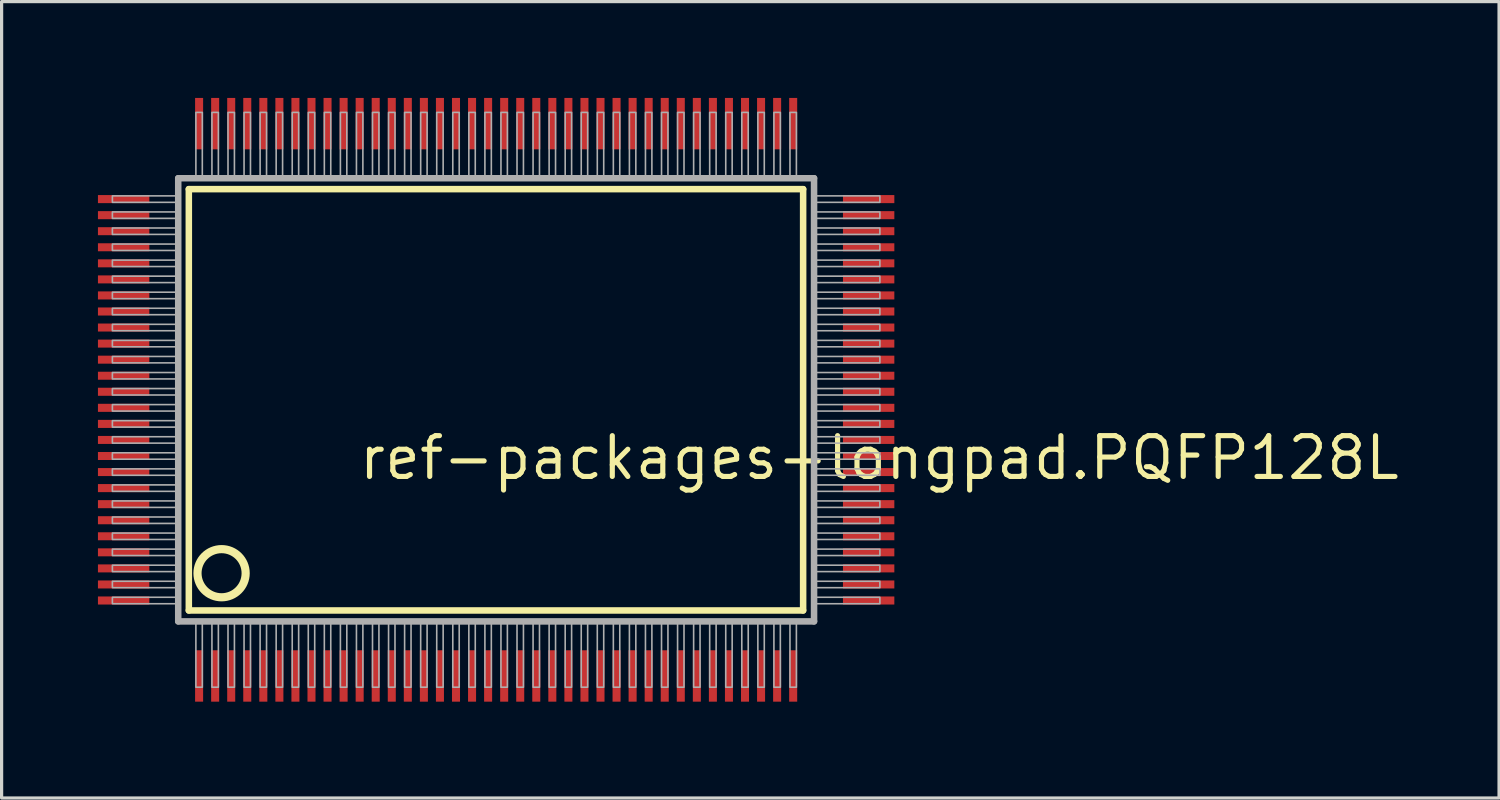
<source format=kicad_pcb>
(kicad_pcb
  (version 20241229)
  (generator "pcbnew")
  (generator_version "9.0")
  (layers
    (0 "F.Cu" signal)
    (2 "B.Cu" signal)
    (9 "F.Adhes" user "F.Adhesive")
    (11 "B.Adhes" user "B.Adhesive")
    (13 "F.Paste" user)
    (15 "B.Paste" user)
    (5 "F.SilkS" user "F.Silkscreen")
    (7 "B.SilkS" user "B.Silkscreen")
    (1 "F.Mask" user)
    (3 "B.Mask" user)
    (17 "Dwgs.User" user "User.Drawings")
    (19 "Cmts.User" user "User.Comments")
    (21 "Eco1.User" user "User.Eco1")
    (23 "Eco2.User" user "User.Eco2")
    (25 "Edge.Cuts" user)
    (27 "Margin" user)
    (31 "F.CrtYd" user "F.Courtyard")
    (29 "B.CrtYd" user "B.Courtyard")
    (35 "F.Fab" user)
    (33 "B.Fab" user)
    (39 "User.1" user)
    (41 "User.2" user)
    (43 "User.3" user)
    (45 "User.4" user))
  (footprint "ref-packages-longpad.PQFP128L"
    (layer "F.Cu")
    (at 12.4 9.4)
    (property "Reference" "ref-packages-longpad.PQFP128L" (at -4.35 2.55 0) (layer "F.SilkS") (effects (font (size 1.27 1.27) (thickness 0.16)) (justify left bottom)))
    (attr smd)
    (fp_line (start -9.57 -6.56) (end 9.56 -6.56) (stroke (width 0.203) (type default)) (layer "F.SilkS"))
    (fp_line (start -9.57 6.56) (end -9.57 -6.56) (stroke (width 0.203) (type default)) (layer "F.SilkS"))
    (fp_line (start 9.56 -6.56) (end 9.56 6.56) (stroke (width 0.203) (type default)) (layer "F.SilkS"))
    (fp_line (start 9.56 6.56) (end -9.57 6.56) (stroke (width 0.203) (type default)) (layer "F.SilkS"))
    (fp_circle (center -8.55 5.4) (end -7.8 5.4) (stroke (width 0.254) (type default)) (fill no) (layer "F.SilkS"))
    (fp_line (start -9.9 -6.9) (end -9.9 6.9) (stroke (width 0.203) (type default)) (layer "F.Fab"))
    (fp_line (start -9.9 6.9) (end 9.9 6.9) (stroke (width 0.203) (type default)) (layer "F.Fab"))
    (fp_line (start 9.9 -6.9) (end -9.9 -6.9) (stroke (width 0.203) (type default)) (layer "F.Fab"))
    (fp_line (start 9.9 6.9) (end 9.9 -6.9) (stroke (width 0.203) (type default)) (layer "F.Fab"))
    (fp_rect (start -11.95 -6.15) (end -9.95 -6.35) (stroke (width 0.05) (type default)) (fill no) (layer "F.Fab"))
    (fp_rect (start -11.95 -5.65) (end -9.95 -5.85) (stroke (width 0.05) (type default)) (fill no) (layer "F.Fab"))
    (fp_rect (start -11.95 -5.15) (end -9.95 -5.35) (stroke (width 0.05) (type default)) (fill no) (layer "F.Fab"))
    (fp_rect (start -11.95 -4.65) (end -9.95 -4.85) (stroke (width 0.05) (type default)) (fill no) (layer "F.Fab"))
    (fp_rect (start -11.95 -4.15) (end -9.95 -4.35) (stroke (width 0.05) (type default)) (fill no) (layer "F.Fab"))
    (fp_rect (start -11.95 -3.65) (end -9.95 -3.85) (stroke (width 0.05) (type default)) (fill no) (layer "F.Fab"))
    (fp_rect (start -11.95 -3.15) (end -9.95 -3.35) (stroke (width 0.05) (type default)) (fill no) (layer "F.Fab"))
    (fp_rect (start -11.95 -2.65) (end -9.95 -2.85) (stroke (width 0.05) (type default)) (fill no) (layer "F.Fab"))
    (fp_rect (start -11.95 -2.15) (end -9.95 -2.35) (stroke (width 0.05) (type default)) (fill no) (layer "F.Fab"))
    (fp_rect (start -11.95 -1.65) (end -9.95 -1.85) (stroke (width 0.05) (type default)) (fill no) (layer "F.Fab"))
    (fp_rect (start -11.95 -1.15) (end -9.95 -1.35) (stroke (width 0.05) (type default)) (fill no) (layer "F.Fab"))
    (fp_rect (start -11.95 -0.65) (end -9.95 -0.85) (stroke (width 0.05) (type default)) (fill no) (layer "F.Fab"))
    (fp_rect (start -11.95 -0.15) (end -9.95 -0.35) (stroke (width 0.05) (type default)) (fill no) (layer "F.Fab"))
    (fp_rect (start -11.95 0.35) (end -9.95 0.15) (stroke (width 0.05) (type default)) (fill no) (layer "F.Fab"))
    (fp_rect (start -11.95 0.85) (end -9.95 0.65) (stroke (width 0.05) (type default)) (fill no) (layer "F.Fab"))
    (fp_rect (start -11.95 1.35) (end -9.95 1.15) (stroke (width 0.05) (type default)) (fill no) (layer "F.Fab"))
    (fp_rect (start -11.95 1.85) (end -9.95 1.65) (stroke (width 0.05) (type default)) (fill no) (layer "F.Fab"))
    (fp_rect (start -11.95 2.35) (end -9.95 2.15) (stroke (width 0.05) (type default)) (fill no) (layer "F.Fab"))
    (fp_rect (start -11.95 2.85) (end -9.95 2.65) (stroke (width 0.05) (type default)) (fill no) (layer "F.Fab"))
    (fp_rect (start -11.95 3.35) (end -9.95 3.15) (stroke (width 0.05) (type default)) (fill no) (layer "F.Fab"))
    (fp_rect (start -11.95 3.85) (end -9.95 3.65) (stroke (width 0.05) (type default)) (fill no) (layer "F.Fab"))
    (fp_rect (start -11.95 4.35) (end -9.95 4.15) (stroke (width 0.05) (type default)) (fill no) (layer "F.Fab"))
    (fp_rect (start -11.95 4.85) (end -9.95 4.65) (stroke (width 0.05) (type default)) (fill no) (layer "F.Fab"))
    (fp_rect (start -11.95 5.35) (end -9.95 5.15) (stroke (width 0.05) (type default)) (fill no) (layer "F.Fab"))
    (fp_rect (start -11.95 5.85) (end -9.95 5.65) (stroke (width 0.05) (type default)) (fill no) (layer "F.Fab"))
    (fp_rect (start -11.95 6.35) (end -9.95 6.15) (stroke (width 0.05) (type default)) (fill no) (layer "F.Fab"))
    (fp_rect (start -9.35 -6.95) (end -9.15 -8.95) (stroke (width 0.05) (type default)) (fill no) (layer "F.Fab"))
    (fp_rect (start -9.35 8.95) (end -9.15 6.95) (stroke (width 0.05) (type default)) (fill no) (layer "F.Fab"))
    (fp_rect (start -8.85 -6.95) (end -8.65 -8.95) (stroke (width 0.05) (type default)) (fill no) (layer "F.Fab"))
    (fp_rect (start -8.85 8.95) (end -8.65 6.95) (stroke (width 0.05) (type default)) (fill no) (layer "F.Fab"))
    (fp_rect (start -8.35 -6.95) (end -8.15 -8.95) (stroke (width 0.05) (type default)) (fill no) (layer "F.Fab"))
    (fp_rect (start -8.35 8.95) (end -8.15 6.95) (stroke (width 0.05) (type default)) (fill no) (layer "F.Fab"))
    (fp_rect (start -7.85 -6.95) (end -7.65 -8.95) (stroke (width 0.05) (type default)) (fill no) (layer "F.Fab"))
    (fp_rect (start -7.85 8.95) (end -7.65 6.95) (stroke (width 0.05) (type default)) (fill no) (layer "F.Fab"))
    (fp_rect (start -7.35 -6.95) (end -7.15 -8.95) (stroke (width 0.05) (type default)) (fill no) (layer "F.Fab"))
    (fp_rect (start -7.35 8.95) (end -7.15 6.95) (stroke (width 0.05) (type default)) (fill no) (layer "F.Fab"))
    (fp_rect (start -6.85 -6.95) (end -6.65 -8.95) (stroke (width 0.05) (type default)) (fill no) (layer "F.Fab"))
    (fp_rect (start -6.85 8.95) (end -6.65 6.95) (stroke (width 0.05) (type default)) (fill no) (layer "F.Fab"))
    (fp_rect (start -6.35 -6.95) (end -6.15 -8.95) (stroke (width 0.05) (type default)) (fill no) (layer "F.Fab"))
    (fp_rect (start -6.35 8.95) (end -6.15 6.95) (stroke (width 0.05) (type default)) (fill no) (layer "F.Fab"))
    (fp_rect (start -5.85 -6.95) (end -5.65 -8.95) (stroke (width 0.05) (type default)) (fill no) (layer "F.Fab"))
    (fp_rect (start -5.85 8.95) (end -5.65 6.95) (stroke (width 0.05) (type default)) (fill no) (layer "F.Fab"))
    (fp_rect (start -5.35 -6.95) (end -5.15 -8.95) (stroke (width 0.05) (type default)) (fill no) (layer "F.Fab"))
    (fp_rect (start -5.35 8.95) (end -5.15 6.95) (stroke (width 0.05) (type default)) (fill no) (layer "F.Fab"))
    (fp_rect (start -4.85 -6.95) (end -4.65 -8.95) (stroke (width 0.05) (type default)) (fill no) (layer "F.Fab"))
    (fp_rect (start -4.85 8.95) (end -4.65 6.95) (stroke (width 0.05) (type default)) (fill no) (layer "F.Fab"))
    (fp_rect (start -4.35 -6.95) (end -4.15 -8.95) (stroke (width 0.05) (type default)) (fill no) (layer "F.Fab"))
    (fp_rect (start -4.35 8.95) (end -4.15 6.95) (stroke (width 0.05) (type default)) (fill no) (layer "F.Fab"))
    (fp_rect (start -3.85 -6.95) (end -3.65 -8.95) (stroke (width 0.05) (type default)) (fill no) (layer "F.Fab"))
    (fp_rect (start -3.85 8.95) (end -3.65 6.95) (stroke (width 0.05) (type default)) (fill no) (layer "F.Fab"))
    (fp_rect (start -3.35 -6.95) (end -3.15 -8.95) (stroke (width 0.05) (type default)) (fill no) (layer "F.Fab"))
    (fp_rect (start -3.35 8.95) (end -3.15 6.95) (stroke (width 0.05) (type default)) (fill no) (layer "F.Fab"))
    (fp_rect (start -2.85 -6.95) (end -2.65 -8.95) (stroke (width 0.05) (type default)) (fill no) (layer "F.Fab"))
    (fp_rect (start -2.85 8.95) (end -2.65 6.95) (stroke (width 0.05) (type default)) (fill no) (layer "F.Fab"))
    (fp_rect (start -2.35 -6.95) (end -2.15 -8.95) (stroke (width 0.05) (type default)) (fill no) (layer "F.Fab"))
    (fp_rect (start -2.35 8.95) (end -2.15 6.95) (stroke (width 0.05) (type default)) (fill no) (layer "F.Fab"))
    (fp_rect (start -1.85 -6.95) (end -1.65 -8.95) (stroke (width 0.05) (type default)) (fill no) (layer "F.Fab"))
    (fp_rect (start -1.85 8.95) (end -1.65 6.95) (stroke (width 0.05) (type default)) (fill no) (layer "F.Fab"))
    (fp_rect (start -1.35 -6.95) (end -1.15 -8.95) (stroke (width 0.05) (type default)) (fill no) (layer "F.Fab"))
    (fp_rect (start -1.35 8.95) (end -1.15 6.95) (stroke (width 0.05) (type default)) (fill no) (layer "F.Fab"))
    (fp_rect (start -0.85 -6.95) (end -0.65 -8.95) (stroke (width 0.05) (type default)) (fill no) (layer "F.Fab"))
    (fp_rect (start -0.85 8.95) (end -0.65 6.95) (stroke (width 0.05) (type default)) (fill no) (layer "F.Fab"))
    (fp_rect (start -0.35 -6.95) (end -0.15 -8.95) (stroke (width 0.05) (type default)) (fill no) (layer "F.Fab"))
    (fp_rect (start -0.35 8.95) (end -0.15 6.95) (stroke (width 0.05) (type default)) (fill no) (layer "F.Fab"))
    (fp_rect (start 0.15 -6.95) (end 0.35 -8.95) (stroke (width 0.05) (type default)) (fill no) (layer "F.Fab"))
    (fp_rect (start 0.15 8.95) (end 0.35 6.95) (stroke (width 0.05) (type default)) (fill no) (layer "F.Fab"))
    (fp_rect (start 0.65 -6.95) (end 0.85 -8.95) (stroke (width 0.05) (type default)) (fill no) (layer "F.Fab"))
    (fp_rect (start 0.65 8.95) (end 0.85 6.95) (stroke (width 0.05) (type default)) (fill no) (layer "F.Fab"))
    (fp_rect (start 1.15 -6.95) (end 1.35 -8.95) (stroke (width 0.05) (type default)) (fill no) (layer "F.Fab"))
    (fp_rect (start 1.15 8.95) (end 1.35 6.95) (stroke (width 0.05) (type default)) (fill no) (layer "F.Fab"))
    (fp_rect (start 1.65 -6.95) (end 1.85 -8.95) (stroke (width 0.05) (type default)) (fill no) (layer "F.Fab"))
    (fp_rect (start 1.65 8.95) (end 1.85 6.95) (stroke (width 0.05) (type default)) (fill no) (layer "F.Fab"))
    (fp_rect (start 2.15 -6.95) (end 2.35 -8.95) (stroke (width 0.05) (type default)) (fill no) (layer "F.Fab"))
    (fp_rect (start 2.15 8.95) (end 2.35 6.95) (stroke (width 0.05) (type default)) (fill no) (layer "F.Fab"))
    (fp_rect (start 2.65 -6.95) (end 2.85 -8.95) (stroke (width 0.05) (type default)) (fill no) (layer "F.Fab"))
    (fp_rect (start 2.65 8.95) (end 2.85 6.95) (stroke (width 0.05) (type default)) (fill no) (layer "F.Fab"))
    (fp_rect (start 3.15 -6.95) (end 3.35 -8.95) (stroke (width 0.05) (type default)) (fill no) (layer "F.Fab"))
    (fp_rect (start 3.15 8.95) (end 3.35 6.95) (stroke (width 0.05) (type default)) (fill no) (layer "F.Fab"))
    (fp_rect (start 3.65 -6.95) (end 3.85 -8.95) (stroke (width 0.05) (type default)) (fill no) (layer "F.Fab"))
    (fp_rect (start 3.65 8.95) (end 3.85 6.95) (stroke (width 0.05) (type default)) (fill no) (layer "F.Fab"))
    (fp_rect (start 4.15 -6.95) (end 4.35 -8.95) (stroke (width 0.05) (type default)) (fill no) (layer "F.Fab"))
    (fp_rect (start 4.15 8.95) (end 4.35 6.95) (stroke (width 0.05) (type default)) (fill no) (layer "F.Fab"))
    (fp_rect (start 4.65 -6.95) (end 4.85 -8.95) (stroke (width 0.05) (type default)) (fill no) (layer "F.Fab"))
    (fp_rect (start 4.65 8.95) (end 4.85 6.95) (stroke (width 0.05) (type default)) (fill no) (layer "F.Fab"))
    (fp_rect (start 5.15 -6.95) (end 5.35 -8.95) (stroke (width 0.05) (type default)) (fill no) (layer "F.Fab"))
    (fp_rect (start 5.15 8.95) (end 5.35 6.95) (stroke (width 0.05) (type default)) (fill no) (layer "F.Fab"))
    (fp_rect (start 5.65 -6.95) (end 5.85 -8.95) (stroke (width 0.05) (type default)) (fill no) (layer "F.Fab"))
    (fp_rect (start 5.65 8.95) (end 5.85 6.95) (stroke (width 0.05) (type default)) (fill no) (layer "F.Fab"))
    (fp_rect (start 6.15 -6.95) (end 6.35 -8.95) (stroke (width 0.05) (type default)) (fill no) (layer "F.Fab"))
    (fp_rect (start 6.15 8.95) (end 6.35 6.95) (stroke (width 0.05) (type default)) (fill no) (layer "F.Fab"))
    (fp_rect (start 6.65 -6.95) (end 6.85 -8.95) (stroke (width 0.05) (type default)) (fill no) (layer "F.Fab"))
    (fp_rect (start 6.65 8.95) (end 6.85 6.95) (stroke (width 0.05) (type default)) (fill no) (layer "F.Fab"))
    (fp_rect (start 7.15 -6.95) (end 7.35 -8.95) (stroke (width 0.05) (type default)) (fill no) (layer "F.Fab"))
    (fp_rect (start 7.15 8.95) (end 7.35 6.95) (stroke (width 0.05) (type default)) (fill no) (layer "F.Fab"))
    (fp_rect (start 7.65 -6.95) (end 7.85 -8.95) (stroke (width 0.05) (type default)) (fill no) (layer "F.Fab"))
    (fp_rect (start 7.65 8.95) (end 7.85 6.95) (stroke (width 0.05) (type default)) (fill no) (layer "F.Fab"))
    (fp_rect (start 8.15 -6.95) (end 8.35 -8.95) (stroke (width 0.05) (type default)) (fill no) (layer "F.Fab"))
    (fp_rect (start 8.15 8.95) (end 8.35 6.95) (stroke (width 0.05) (type default)) (fill no) (layer "F.Fab"))
    (fp_rect (start 8.65 -6.95) (end 8.85 -8.95) (stroke (width 0.05) (type default)) (fill no) (layer "F.Fab"))
    (fp_rect (start 8.65 8.95) (end 8.85 6.95) (stroke (width 0.05) (type default)) (fill no) (layer "F.Fab"))
    (fp_rect (start 9.15 -6.95) (end 9.35 -8.95) (stroke (width 0.05) (type default)) (fill no) (layer "F.Fab"))
    (fp_rect (start 9.15 8.95) (end 9.35 6.95) (stroke (width 0.05) (type default)) (fill no) (layer "F.Fab"))
    (fp_rect (start 9.95 -6.15) (end 11.95 -6.35) (stroke (width 0.05) (type default)) (fill no) (layer "F.Fab"))
    (fp_rect (start 9.95 -5.65) (end 11.95 -5.85) (stroke (width 0.05) (type default)) (fill no) (layer "F.Fab"))
    (fp_rect (start 9.95 -5.15) (end 11.95 -5.35) (stroke (width 0.05) (type default)) (fill no) (layer "F.Fab"))
    (fp_rect (start 9.95 -4.65) (end 11.95 -4.85) (stroke (width 0.05) (type default)) (fill no) (layer "F.Fab"))
    (fp_rect (start 9.95 -4.15) (end 11.95 -4.35) (stroke (width 0.05) (type default)) (fill no) (layer "F.Fab"))
    (fp_rect (start 9.95 -3.65) (end 11.95 -3.85) (stroke (width 0.05) (type default)) (fill no) (layer "F.Fab"))
    (fp_rect (start 9.95 -3.15) (end 11.95 -3.35) (stroke (width 0.05) (type default)) (fill no) (layer "F.Fab"))
    (fp_rect (start 9.95 -2.65) (end 11.95 -2.85) (stroke (width 0.05) (type default)) (fill no) (layer "F.Fab"))
    (fp_rect (start 9.95 -2.15) (end 11.95 -2.35) (stroke (width 0.05) (type default)) (fill no) (layer "F.Fab"))
    (fp_rect (start 9.95 -1.65) (end 11.95 -1.85) (stroke (width 0.05) (type default)) (fill no) (layer "F.Fab"))
    (fp_rect (start 9.95 -1.15) (end 11.95 -1.35) (stroke (width 0.05) (type default)) (fill no) (layer "F.Fab"))
    (fp_rect (start 9.95 -0.65) (end 11.95 -0.85) (stroke (width 0.05) (type default)) (fill no) (layer "F.Fab"))
    (fp_rect (start 9.95 -0.15) (end 11.95 -0.35) (stroke (width 0.05) (type default)) (fill no) (layer "F.Fab"))
    (fp_rect (start 9.95 0.35) (end 11.95 0.15) (stroke (width 0.05) (type default)) (fill no) (layer "F.Fab"))
    (fp_rect (start 9.95 0.85) (end 11.95 0.65) (stroke (width 0.05) (type default)) (fill no) (layer "F.Fab"))
    (fp_rect (start 9.95 1.35) (end 11.95 1.15) (stroke (width 0.05) (type default)) (fill no) (layer "F.Fab"))
    (fp_rect (start 9.95 1.85) (end 11.95 1.65) (stroke (width 0.05) (type default)) (fill no) (layer "F.Fab"))
    (fp_rect (start 9.95 2.35) (end 11.95 2.15) (stroke (width 0.05) (type default)) (fill no) (layer "F.Fab"))
    (fp_rect (start 9.95 2.85) (end 11.95 2.65) (stroke (width 0.05) (type default)) (fill no) (layer "F.Fab"))
    (fp_rect (start 9.95 3.35) (end 11.95 3.15) (stroke (width 0.05) (type default)) (fill no) (layer "F.Fab"))
    (fp_rect (start 9.95 3.85) (end 11.95 3.65) (stroke (width 0.05) (type default)) (fill no) (layer "F.Fab"))
    (fp_rect (start 9.95 4.35) (end 11.95 4.15) (stroke (width 0.05) (type default)) (fill no) (layer "F.Fab"))
    (fp_rect (start 9.95 4.85) (end 11.95 4.65) (stroke (width 0.05) (type default)) (fill no) (layer "F.Fab"))
    (fp_rect (start 9.95 5.35) (end 11.95 5.15) (stroke (width 0.05) (type default)) (fill no) (layer "F.Fab"))
    (fp_rect (start 9.95 5.85) (end 11.95 5.65) (stroke (width 0.05) (type default)) (fill no) (layer "F.Fab"))
    (fp_rect (start 9.95 6.35) (end 11.95 6.15) (stroke (width 0.05) (type default)) (fill no) (layer "F.Fab"))
    (pad "1" smd roundrect (at -9.25 8.6) (size 0.25 1.6) (layers "F.Cu" "F.Mask" "F.Paste") (roundrect_rratio 0.01))
    (pad "2" smd roundrect (at -8.75 8.6) (size 0.25 1.6) (layers "F.Cu" "F.Mask" "F.Paste") (roundrect_rratio 0.01))
    (pad "3" smd roundrect (at -8.25 8.6) (size 0.25 1.6) (layers "F.Cu" "F.Mask" "F.Paste") (roundrect_rratio 0.01))
    (pad "4" smd roundrect (at -7.75 8.6) (size 0.25 1.6) (layers "F.Cu" "F.Mask" "F.Paste") (roundrect_rratio 0.01))
    (pad "5" smd roundrect (at -7.25 8.6) (size 0.25 1.6) (layers "F.Cu" "F.Mask" "F.Paste") (roundrect_rratio 0.01))
    (pad "6" smd roundrect (at -6.75 8.6) (size 0.25 1.6) (layers "F.Cu" "F.Mask" "F.Paste") (roundrect_rratio 0.01))
    (pad "7" smd roundrect (at -6.25 8.6) (size 0.25 1.6) (layers "F.Cu" "F.Mask" "F.Paste") (roundrect_rratio 0.01))
    (pad "8" smd roundrect (at -5.75 8.6) (size 0.25 1.6) (layers "F.Cu" "F.Mask" "F.Paste") (roundrect_rratio 0.01))
    (pad "9" smd roundrect (at -5.25 8.6) (size 0.25 1.6) (layers "F.Cu" "F.Mask" "F.Paste") (roundrect_rratio 0.01))
    (pad "10" smd roundrect (at -4.75 8.6) (size 0.25 1.6) (layers "F.Cu" "F.Mask" "F.Paste") (roundrect_rratio 0.01))
    (pad "11" smd roundrect (at -4.25 8.6) (size 0.25 1.6) (layers "F.Cu" "F.Mask" "F.Paste") (roundrect_rratio 0.01))
    (pad "12" smd roundrect (at -3.75 8.6) (size 0.25 1.6) (layers "F.Cu" "F.Mask" "F.Paste") (roundrect_rratio 0.01))
    (pad "13" smd roundrect (at -3.25 8.6) (size 0.25 1.6) (layers "F.Cu" "F.Mask" "F.Paste") (roundrect_rratio 0.01))
    (pad "14" smd roundrect (at -2.75 8.6) (size 0.25 1.6) (layers "F.Cu" "F.Mask" "F.Paste") (roundrect_rratio 0.01))
    (pad "15" smd roundrect (at -2.25 8.6) (size 0.25 1.6) (layers "F.Cu" "F.Mask" "F.Paste") (roundrect_rratio 0.01))
    (pad "16" smd roundrect (at -1.75 8.6) (size 0.25 1.6) (layers "F.Cu" "F.Mask" "F.Paste") (roundrect_rratio 0.01))
    (pad "17" smd roundrect (at -1.25 8.6) (size 0.25 1.6) (layers "F.Cu" "F.Mask" "F.Paste") (roundrect_rratio 0.01))
    (pad "18" smd roundrect (at -0.75 8.6) (size 0.25 1.6) (layers "F.Cu" "F.Mask" "F.Paste") (roundrect_rratio 0.01))
    (pad "19" smd roundrect (at -0.25 8.6) (size 0.25 1.6) (layers "F.Cu" "F.Mask" "F.Paste") (roundrect_rratio 0.01))
    (pad "20" smd roundrect (at 0.25 8.6) (size 0.25 1.6) (layers "F.Cu" "F.Mask" "F.Paste") (roundrect_rratio 0.01))
    (pad "21" smd roundrect (at 0.75 8.6) (size 0.25 1.6) (layers "F.Cu" "F.Mask" "F.Paste") (roundrect_rratio 0.01))
    (pad "22" smd roundrect (at 1.25 8.6) (size 0.25 1.6) (layers "F.Cu" "F.Mask" "F.Paste") (roundrect_rratio 0.01))
    (pad "23" smd roundrect (at 1.75 8.6) (size 0.25 1.6) (layers "F.Cu" "F.Mask" "F.Paste") (roundrect_rratio 0.01))
    (pad "24" smd roundrect (at 2.25 8.6) (size 0.25 1.6) (layers "F.Cu" "F.Mask" "F.Paste") (roundrect_rratio 0.01))
    (pad "25" smd roundrect (at 2.75 8.6) (size 0.25 1.6) (layers "F.Cu" "F.Mask" "F.Paste") (roundrect_rratio 0.01))
    (pad "26" smd roundrect (at 3.25 8.6) (size 0.25 1.6) (layers "F.Cu" "F.Mask" "F.Paste") (roundrect_rratio 0.01))
    (pad "27" smd roundrect (at 3.75 8.6) (size 0.25 1.6) (layers "F.Cu" "F.Mask" "F.Paste") (roundrect_rratio 0.01))
    (pad "28" smd roundrect (at 4.25 8.6) (size 0.25 1.6) (layers "F.Cu" "F.Mask" "F.Paste") (roundrect_rratio 0.01))
    (pad "29" smd roundrect (at 4.75 8.6) (size 0.25 1.6) (layers "F.Cu" "F.Mask" "F.Paste") (roundrect_rratio 0.01))
    (pad "30" smd roundrect (at 5.25 8.6) (size 0.25 1.6) (layers "F.Cu" "F.Mask" "F.Paste") (roundrect_rratio 0.01))
    (pad "31" smd roundrect (at 5.75 8.6) (size 0.25 1.6) (layers "F.Cu" "F.Mask" "F.Paste") (roundrect_rratio 0.01))
    (pad "32" smd roundrect (at 6.25 8.6) (size 0.25 1.6) (layers "F.Cu" "F.Mask" "F.Paste") (roundrect_rratio 0.01))
    (pad "33" smd roundrect (at 6.75 8.6) (size 0.25 1.6) (layers "F.Cu" "F.Mask" "F.Paste") (roundrect_rratio 0.01))
    (pad "34" smd roundrect (at 7.25 8.6) (size 0.25 1.6) (layers "F.Cu" "F.Mask" "F.Paste") (roundrect_rratio 0.01))
    (pad "35" smd roundrect (at 7.75 8.6) (size 0.25 1.6) (layers "F.Cu" "F.Mask" "F.Paste") (roundrect_rratio 0.01))
    (pad "36" smd roundrect (at 8.25 8.6) (size 0.25 1.6) (layers "F.Cu" "F.Mask" "F.Paste") (roundrect_rratio 0.01))
    (pad "37" smd roundrect (at 8.75 8.6) (size 0.25 1.6) (layers "F.Cu" "F.Mask" "F.Paste") (roundrect_rratio 0.01))
    (pad "38" smd roundrect (at 9.25 8.6) (size 0.25 1.6) (layers "F.Cu" "F.Mask" "F.Paste") (roundrect_rratio 0.01))
    (pad "39" smd roundrect (at 11.6 6.25) (size 1.6 0.25) (layers "F.Cu" "F.Mask" "F.Paste") (roundrect_rratio 0.01))
    (pad "40" smd roundrect (at 11.6 5.75) (size 1.6 0.25) (layers "F.Cu" "F.Mask" "F.Paste") (roundrect_rratio 0.01))
    (pad "41" smd roundrect (at 11.6 5.25) (size 1.6 0.25) (layers "F.Cu" "F.Mask" "F.Paste") (roundrect_rratio 0.01))
    (pad "42" smd roundrect (at 11.6 4.75) (size 1.6 0.25) (layers "F.Cu" "F.Mask" "F.Paste") (roundrect_rratio 0.01))
    (pad "43" smd roundrect (at 11.6 4.25) (size 1.6 0.25) (layers "F.Cu" "F.Mask" "F.Paste") (roundrect_rratio 0.01))
    (pad "44" smd roundrect (at 11.6 3.75) (size 1.6 0.25) (layers "F.Cu" "F.Mask" "F.Paste") (roundrect_rratio 0.01))
    (pad "45" smd roundrect (at 11.6 3.25) (size 1.6 0.25) (layers "F.Cu" "F.Mask" "F.Paste") (roundrect_rratio 0.01))
    (pad "46" smd roundrect (at 11.6 2.75) (size 1.6 0.25) (layers "F.Cu" "F.Mask" "F.Paste") (roundrect_rratio 0.01))
    (pad "47" smd roundrect (at 11.6 2.25) (size 1.6 0.25) (layers "F.Cu" "F.Mask" "F.Paste") (roundrect_rratio 0.01))
    (pad "48" smd roundrect (at 11.6 1.75) (size 1.6 0.25) (layers "F.Cu" "F.Mask" "F.Paste") (roundrect_rratio 0.01))
    (pad "49" smd roundrect (at 11.6 1.25) (size 1.6 0.25) (layers "F.Cu" "F.Mask" "F.Paste") (roundrect_rratio 0.01))
    (pad "50" smd roundrect (at 11.6 0.75) (size 1.6 0.25) (layers "F.Cu" "F.Mask" "F.Paste") (roundrect_rratio 0.01))
    (pad "51" smd roundrect (at 11.6 0.25) (size 1.6 0.25) (layers "F.Cu" "F.Mask" "F.Paste") (roundrect_rratio 0.01))
    (pad "52" smd roundrect (at 11.6 -0.25) (size 1.6 0.25) (layers "F.Cu" "F.Mask" "F.Paste") (roundrect_rratio 0.01))
    (pad "53" smd roundrect (at 11.6 -0.75) (size 1.6 0.25) (layers "F.Cu" "F.Mask" "F.Paste") (roundrect_rratio 0.01))
    (pad "54" smd roundrect (at 11.6 -1.25) (size 1.6 0.25) (layers "F.Cu" "F.Mask" "F.Paste") (roundrect_rratio 0.01))
    (pad "55" smd roundrect (at 11.6 -1.75) (size 1.6 0.25) (layers "F.Cu" "F.Mask" "F.Paste") (roundrect_rratio 0.01))
    (pad "56" smd roundrect (at 11.6 -2.25) (size 1.6 0.25) (layers "F.Cu" "F.Mask" "F.Paste") (roundrect_rratio 0.01))
    (pad "57" smd roundrect (at 11.6 -2.75) (size 1.6 0.25) (layers "F.Cu" "F.Mask" "F.Paste") (roundrect_rratio 0.01))
    (pad "58" smd roundrect (at 11.6 -3.25) (size 1.6 0.25) (layers "F.Cu" "F.Mask" "F.Paste") (roundrect_rratio 0.01))
    (pad "59" smd roundrect (at 11.6 -3.75) (size 1.6 0.25) (layers "F.Cu" "F.Mask" "F.Paste") (roundrect_rratio 0.01))
    (pad "60" smd roundrect (at 11.6 -4.25) (size 1.6 0.25) (layers "F.Cu" "F.Mask" "F.Paste") (roundrect_rratio 0.01))
    (pad "61" smd roundrect (at 11.6 -4.75) (size 1.6 0.25) (layers "F.Cu" "F.Mask" "F.Paste") (roundrect_rratio 0.01))
    (pad "62" smd roundrect (at 11.6 -5.25) (size 1.6 0.25) (layers "F.Cu" "F.Mask" "F.Paste") (roundrect_rratio 0.01))
    (pad "63" smd roundrect (at 11.6 -5.75) (size 1.6 0.25) (layers "F.Cu" "F.Mask" "F.Paste") (roundrect_rratio 0.01))
    (pad "64" smd roundrect (at 11.6 -6.25) (size 1.6 0.25) (layers "F.Cu" "F.Mask" "F.Paste") (roundrect_rratio 0.01))
    (pad "65" smd roundrect (at 9.25 -8.6) (size 0.25 1.6) (layers "F.Cu" "F.Mask" "F.Paste") (roundrect_rratio 0.01))
    (pad "66" smd roundrect (at 8.75 -8.6) (size 0.25 1.6) (layers "F.Cu" "F.Mask" "F.Paste") (roundrect_rratio 0.01))
    (pad "67" smd roundrect (at 8.25 -8.6) (size 0.25 1.6) (layers "F.Cu" "F.Mask" "F.Paste") (roundrect_rratio 0.01))
    (pad "68" smd roundrect (at 7.75 -8.6) (size 0.25 1.6) (layers "F.Cu" "F.Mask" "F.Paste") (roundrect_rratio 0.01))
    (pad "69" smd roundrect (at 7.25 -8.6) (size 0.25 1.6) (layers "F.Cu" "F.Mask" "F.Paste") (roundrect_rratio 0.01))
    (pad "70" smd roundrect (at 6.75 -8.6) (size 0.25 1.6) (layers "F.Cu" "F.Mask" "F.Paste") (roundrect_rratio 0.01))
    (pad "71" smd roundrect (at 6.25 -8.6) (size 0.25 1.6) (layers "F.Cu" "F.Mask" "F.Paste") (roundrect_rratio 0.01))
    (pad "72" smd roundrect (at 5.75 -8.6) (size 0.25 1.6) (layers "F.Cu" "F.Mask" "F.Paste") (roundrect_rratio 0.01))
    (pad "73" smd roundrect (at 5.25 -8.6) (size 0.25 1.6) (layers "F.Cu" "F.Mask" "F.Paste") (roundrect_rratio 0.01))
    (pad "74" smd roundrect (at 4.75 -8.6) (size 0.25 1.6) (layers "F.Cu" "F.Mask" "F.Paste") (roundrect_rratio 0.01))
    (pad "75" smd roundrect (at 4.25 -8.6) (size 0.25 1.6) (layers "F.Cu" "F.Mask" "F.Paste") (roundrect_rratio 0.01))
    (pad "76" smd roundrect (at 3.75 -8.6) (size 0.25 1.6) (layers "F.Cu" "F.Mask" "F.Paste") (roundrect_rratio 0.01))
    (pad "77" smd roundrect (at 3.25 -8.6) (size 0.25 1.6) (layers "F.Cu" "F.Mask" "F.Paste") (roundrect_rratio 0.01))
    (pad "78" smd roundrect (at 2.75 -8.6) (size 0.25 1.6) (layers "F.Cu" "F.Mask" "F.Paste") (roundrect_rratio 0.01))
    (pad "79" smd roundrect (at 2.25 -8.6) (size 0.25 1.6) (layers "F.Cu" "F.Mask" "F.Paste") (roundrect_rratio 0.01))
    (pad "80" smd roundrect (at 1.75 -8.6) (size 0.25 1.6) (layers "F.Cu" "F.Mask" "F.Paste") (roundrect_rratio 0.01))
    (pad "81" smd roundrect (at 1.25 -8.6) (size 0.25 1.6) (layers "F.Cu" "F.Mask" "F.Paste") (roundrect_rratio 0.01))
    (pad "82" smd roundrect (at 0.75 -8.6) (size 0.25 1.6) (layers "F.Cu" "F.Mask" "F.Paste") (roundrect_rratio 0.01))
    (pad "83" smd roundrect (at 0.25 -8.6) (size 0.25 1.6) (layers "F.Cu" "F.Mask" "F.Paste") (roundrect_rratio 0.01))
    (pad "84" smd roundrect (at -0.25 -8.6) (size 0.25 1.6) (layers "F.Cu" "F.Mask" "F.Paste") (roundrect_rratio 0.01))
    (pad "85" smd roundrect (at -0.75 -8.6) (size 0.25 1.6) (layers "F.Cu" "F.Mask" "F.Paste") (roundrect_rratio 0.01))
    (pad "86" smd roundrect (at -1.25 -8.6) (size 0.25 1.6) (layers "F.Cu" "F.Mask" "F.Paste") (roundrect_rratio 0.01))
    (pad "87" smd roundrect (at -1.75 -8.6) (size 0.25 1.6) (layers "F.Cu" "F.Mask" "F.Paste") (roundrect_rratio 0.01))
    (pad "88" smd roundrect (at -2.25 -8.6) (size 0.25 1.6) (layers "F.Cu" "F.Mask" "F.Paste") (roundrect_rratio 0.01))
    (pad "89" smd roundrect (at -2.75 -8.6) (size 0.25 1.6) (layers "F.Cu" "F.Mask" "F.Paste") (roundrect_rratio 0.01))
    (pad "90" smd roundrect (at -3.25 -8.6) (size 0.25 1.6) (layers "F.Cu" "F.Mask" "F.Paste") (roundrect_rratio 0.01))
    (pad "91" smd roundrect (at -3.75 -8.6) (size 0.25 1.6) (layers "F.Cu" "F.Mask" "F.Paste") (roundrect_rratio 0.01))
    (pad "92" smd roundrect (at -4.25 -8.6) (size 0.25 1.6) (layers "F.Cu" "F.Mask" "F.Paste") (roundrect_rratio 0.01))
    (pad "93" smd roundrect (at -4.75 -8.6) (size 0.25 1.6) (layers "F.Cu" "F.Mask" "F.Paste") (roundrect_rratio 0.01))
    (pad "94" smd roundrect (at -5.25 -8.6) (size 0.25 1.6) (layers "F.Cu" "F.Mask" "F.Paste") (roundrect_rratio 0.01))
    (pad "95" smd roundrect (at -5.75 -8.6) (size 0.25 1.6) (layers "F.Cu" "F.Mask" "F.Paste") (roundrect_rratio 0.01))
    (pad "96" smd roundrect (at -6.25 -8.6) (size 0.25 1.6) (layers "F.Cu" "F.Mask" "F.Paste") (roundrect_rratio 0.01))
    (pad "97" smd roundrect (at -6.75 -8.6) (size 0.25 1.6) (layers "F.Cu" "F.Mask" "F.Paste") (roundrect_rratio 0.01))
    (pad "98" smd roundrect (at -7.25 -8.6) (size 0.25 1.6) (layers "F.Cu" "F.Mask" "F.Paste") (roundrect_rratio 0.01))
    (pad "99" smd roundrect (at -7.75 -8.6) (size 0.25 1.6) (layers "F.Cu" "F.Mask" "F.Paste") (roundrect_rratio 0.01))
    (pad "100" smd roundrect (at -8.25 -8.6) (size 0.25 1.6) (layers "F.Cu" "F.Mask" "F.Paste") (roundrect_rratio 0.01))
    (pad "101" smd roundrect (at -8.75 -8.6) (size 0.25 1.6) (layers "F.Cu" "F.Mask" "F.Paste") (roundrect_rratio 0.01))
    (pad "102" smd roundrect (at -9.25 -8.6) (size 0.25 1.6) (layers "F.Cu" "F.Mask" "F.Paste") (roundrect_rratio 0.01))
    (pad "103" smd roundrect (at -11.6 -6.25) (size 1.6 0.25) (layers "F.Cu" "F.Mask" "F.Paste") (roundrect_rratio 0.01))
    (pad "104" smd roundrect (at -11.6 -5.75) (size 1.6 0.25) (layers "F.Cu" "F.Mask" "F.Paste") (roundrect_rratio 0.01))
    (pad "105" smd roundrect (at -11.6 -5.25) (size 1.6 0.25) (layers "F.Cu" "F.Mask" "F.Paste") (roundrect_rratio 0.01))
    (pad "106" smd roundrect (at -11.6 -4.75) (size 1.6 0.25) (layers "F.Cu" "F.Mask" "F.Paste") (roundrect_rratio 0.01))
    (pad "107" smd roundrect (at -11.6 -4.25) (size 1.6 0.25) (layers "F.Cu" "F.Mask" "F.Paste") (roundrect_rratio 0.01))
    (pad "108" smd roundrect (at -11.6 -3.75) (size 1.6 0.25) (layers "F.Cu" "F.Mask" "F.Paste") (roundrect_rratio 0.01))
    (pad "109" smd roundrect (at -11.6 -3.25) (size 1.6 0.25) (layers "F.Cu" "F.Mask" "F.Paste") (roundrect_rratio 0.01))
    (pad "110" smd roundrect (at -11.6 -2.75) (size 1.6 0.25) (layers "F.Cu" "F.Mask" "F.Paste") (roundrect_rratio 0.01))
    (pad "111" smd roundrect (at -11.6 -2.25) (size 1.6 0.25) (layers "F.Cu" "F.Mask" "F.Paste") (roundrect_rratio 0.01))
    (pad "112" smd roundrect (at -11.6 -1.75) (size 1.6 0.25) (layers "F.Cu" "F.Mask" "F.Paste") (roundrect_rratio 0.01))
    (pad "113" smd roundrect (at -11.6 -1.25) (size 1.6 0.25) (layers "F.Cu" "F.Mask" "F.Paste") (roundrect_rratio 0.01))
    (pad "114" smd roundrect (at -11.6 -0.75) (size 1.6 0.25) (layers "F.Cu" "F.Mask" "F.Paste") (roundrect_rratio 0.01))
    (pad "115" smd roundrect (at -11.6 -0.25) (size 1.6 0.25) (layers "F.Cu" "F.Mask" "F.Paste") (roundrect_rratio 0.01))
    (pad "116" smd roundrect (at -11.6 0.25) (size 1.6 0.25) (layers "F.Cu" "F.Mask" "F.Paste") (roundrect_rratio 0.01))
    (pad "117" smd roundrect (at -11.6 0.75) (size 1.6 0.25) (layers "F.Cu" "F.Mask" "F.Paste") (roundrect_rratio 0.01))
    (pad "118" smd roundrect (at -11.6 1.25) (size 1.6 0.25) (layers "F.Cu" "F.Mask" "F.Paste") (roundrect_rratio 0.01))
    (pad "119" smd roundrect (at -11.6 1.75) (size 1.6 0.25) (layers "F.Cu" "F.Mask" "F.Paste") (roundrect_rratio 0.01))
    (pad "120" smd roundrect (at -11.6 2.25) (size 1.6 0.25) (layers "F.Cu" "F.Mask" "F.Paste") (roundrect_rratio 0.01))
    (pad "121" smd roundrect (at -11.6 2.75) (size 1.6 0.25) (layers "F.Cu" "F.Mask" "F.Paste") (roundrect_rratio 0.01))
    (pad "122" smd roundrect (at -11.6 3.25) (size 1.6 0.25) (layers "F.Cu" "F.Mask" "F.Paste") (roundrect_rratio 0.01))
    (pad "123" smd roundrect (at -11.6 3.75) (size 1.6 0.25) (layers "F.Cu" "F.Mask" "F.Paste") (roundrect_rratio 0.01))
    (pad "124" smd roundrect (at -11.6 4.25) (size 1.6 0.25) (layers "F.Cu" "F.Mask" "F.Paste") (roundrect_rratio 0.01))
    (pad "125" smd roundrect (at -11.6 4.75) (size 1.6 0.25) (layers "F.Cu" "F.Mask" "F.Paste") (roundrect_rratio 0.01))
    (pad "126" smd roundrect (at -11.6 5.25) (size 1.6 0.25) (layers "F.Cu" "F.Mask" "F.Paste") (roundrect_rratio 0.01))
    (pad "127" smd roundrect (at -11.6 5.75) (size 1.6 0.25) (layers "F.Cu" "F.Mask" "F.Paste") (roundrect_rratio 0.01))
    (pad "128" smd roundrect (at -11.6 6.25) (size 1.6 0.25) (layers "F.Cu" "F.Mask" "F.Paste") (roundrect_rratio 0.01)))
  (gr_rect
    (start -3 -3)
    (end 43.631 21.8)
    (stroke (width 0.1) (type default))
    (fill no)
    (layer "Edge.Cuts")))
</source>
